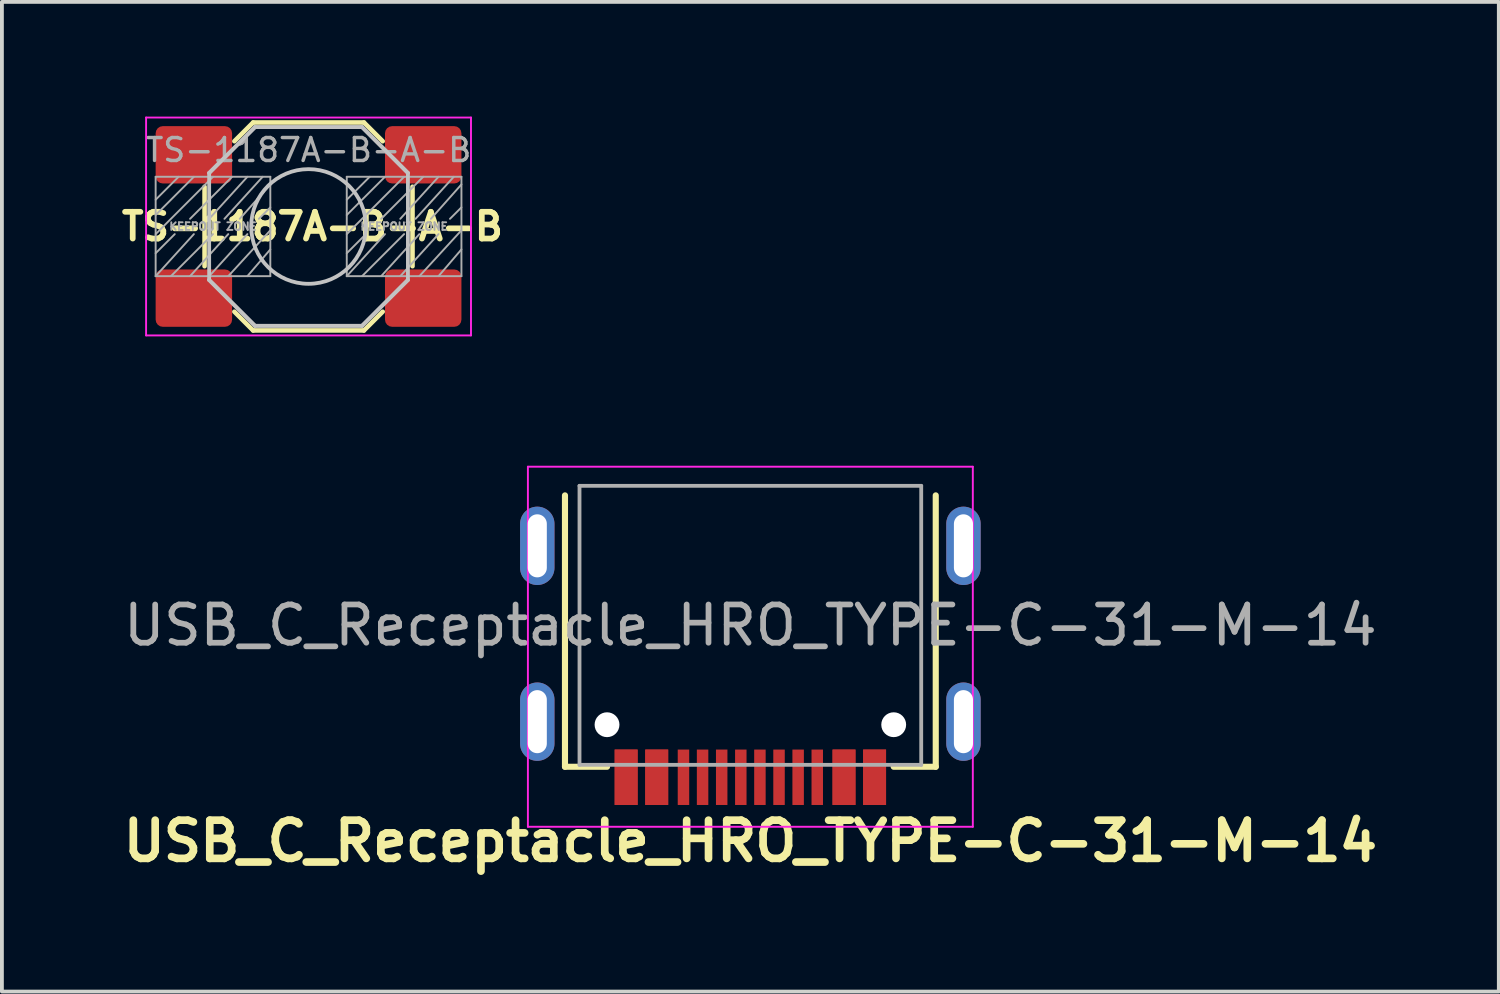
<source format=kicad_pcb>
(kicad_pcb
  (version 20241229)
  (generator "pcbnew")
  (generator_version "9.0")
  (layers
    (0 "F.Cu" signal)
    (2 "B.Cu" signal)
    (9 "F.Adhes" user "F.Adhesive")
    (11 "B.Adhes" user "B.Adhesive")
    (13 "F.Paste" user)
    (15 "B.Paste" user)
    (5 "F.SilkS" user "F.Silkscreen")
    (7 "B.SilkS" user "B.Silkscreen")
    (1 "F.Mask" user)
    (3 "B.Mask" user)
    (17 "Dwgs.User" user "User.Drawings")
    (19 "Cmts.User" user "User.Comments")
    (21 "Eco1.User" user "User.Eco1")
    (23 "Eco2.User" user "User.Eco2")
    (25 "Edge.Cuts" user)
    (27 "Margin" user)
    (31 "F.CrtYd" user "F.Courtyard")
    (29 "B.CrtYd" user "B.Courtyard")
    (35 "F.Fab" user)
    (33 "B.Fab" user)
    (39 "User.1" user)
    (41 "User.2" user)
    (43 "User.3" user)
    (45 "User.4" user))
  (footprint "TS-1187A-B-A-B"
    (layer "F.Cu")
    (at 5.022 2.875)
    (property "Reference" "TS-1187A-B-A-B" (at 0.1 0 0) (layer "F.SilkS") (effects (font (size 0.7 0.7) (thickness 0.15))))
    (attr smd)
    (fp_line (start -2.72 1.04) (end -2.72 -1.04) (stroke (width 0.12) (type solid)) (layer "F.SilkS"))
    (fp_line (start -1.45 -2.72) (end -1.94 -2.23) (stroke (width 0.12) (type solid)) (layer "F.SilkS"))
    (fp_line (start -1.45 -2.72) (end 1.45 -2.72) (stroke (width 0.12) (type solid)) (layer "F.SilkS"))
    (fp_line (start -1.45 2.72) (end -1.94 2.23) (stroke (width 0.12) (type solid)) (layer "F.SilkS"))
    (fp_line (start -1.45 2.72) (end 1.45 2.72) (stroke (width 0.12) (type solid)) (layer "F.SilkS"))
    (fp_line (start 1.45 -2.72) (end 1.94 -2.23) (stroke (width 0.12) (type solid)) (layer "F.SilkS"))
    (fp_line (start 1.45 2.72) (end 1.94 2.23) (stroke (width 0.12) (type solid)) (layer "F.SilkS"))
    (fp_line (start 2.72 1.04) (end 2.72 -1.04) (stroke (width 0.12) (type solid)) (layer "F.SilkS"))
    (fp_line (start -2.6 -1.4) (end -1.4 -2.6) (stroke (width 0.1) (type solid)) (layer "Dwgs.User"))
    (fp_line (start -2.6 1.4) (end -2.6 -1.4) (stroke (width 0.1) (type solid)) (layer "Dwgs.User"))
    (fp_line (start -1.4 -2.6) (end 1.4 -2.6) (stroke (width 0.1) (type solid)) (layer "Dwgs.User"))
    (fp_line (start -1.4 2.6) (end -2.6 1.4) (stroke (width 0.1) (type solid)) (layer "Dwgs.User"))
    (fp_line (start 1.4 -2.6) (end 2.6 -1.4) (stroke (width 0.1) (type solid)) (layer "Dwgs.User"))
    (fp_line (start 1.4 2.6) (end -1.4 2.6) (stroke (width 0.1) (type solid)) (layer "Dwgs.User"))
    (fp_line (start 2.6 -1.4) (end 2.6 1.4) (stroke (width 0.1) (type solid)) (layer "Dwgs.User"))
    (fp_line (start 2.6 1.4) (end 1.4 2.6) (stroke (width 0.1) (type solid)) (layer "Dwgs.User"))
    (fp_circle (center 0 0) (end 1.5 0) (stroke (width 0.1) (type solid)) (fill no) (layer "Dwgs.User"))
    (fp_line (start -4.25 -2.85) (end -4.25 2.85) (stroke (width 0.05) (type solid)) (layer "F.CrtYd"))
    (fp_line (start -4.25 2.85) (end 4.25 2.85) (stroke (width 0.05) (type solid)) (layer "F.CrtYd"))
    (fp_line (start 4.25 -2.85) (end -4.25 -2.85) (stroke (width 0.05) (type solid)) (layer "F.CrtYd"))
    (fp_line (start 4.25 2.85) (end 4.25 -2.85) (stroke (width 0.05) (type solid)) (layer "F.CrtYd"))
    (fp_line (start -4 -1.3) (end -1 -1.3) (stroke (width 0.05) (type solid)) (layer "F.Fab"))
    (fp_line (start -4 -0.7) (end -3.4 -1.3) (stroke (width 0.05) (type solid)) (layer "F.Fab"))
    (fp_line (start -4 -0.3) (end -3 -1.3) (stroke (width 0.05) (type solid)) (layer "F.Fab"))
    (fp_line (start -4 0.2) (end -2.5 -1.3) (stroke (width 0.05) (type solid)) (layer "F.Fab"))
    (fp_line (start -4 0.7) (end -3.5 0.2) (stroke (width 0.05) (type solid)) (layer "F.Fab"))
    (fp_line (start -4 1.3) (end -4 -1.3) (stroke (width 0.05) (type solid)) (layer "F.Fab"))
    (fp_line (start -4 1.3) (end -3 0.2) (stroke (width 0.05) (type solid)) (layer "F.Fab"))
    (fp_line (start -3.1 1.3) (end -2.1 0.2) (stroke (width 0.05) (type solid)) (layer "F.Fab"))
    (fp_line (start -2.6 -1.4) (end -1.4 -2.6) (stroke (width 0.1) (type solid)) (layer "F.Fab"))
    (fp_line (start -2.6 1.3) (end -1.6 0.2) (stroke (width 0.05) (type solid)) (layer "F.Fab"))
    (fp_line (start -2.5 0.2) (end -3.6 1.3) (stroke (width 0.05) (type solid)) (layer "F.Fab"))
    (fp_line (start -2.2 -0.2) (end -1.2 -1.3) (stroke (width 0.05) (type solid)) (layer "F.Fab"))
    (fp_line (start -2.1 1.3) (end -1 0.1) (stroke (width 0.05) (type solid)) (layer "F.Fab"))
    (fp_line (start -2 -1.3) (end -3.1 -0.2) (stroke (width 0.05) (type solid)) (layer "F.Fab"))
    (fp_line (start -1.6 -1.3) (end -2.6 -0.2) (stroke (width 0.05) (type solid)) (layer "F.Fab"))
    (fp_line (start -1.403 2.597) (end -2.603 1.397) (stroke (width 0.1) (type solid)) (layer "F.Fab"))
    (fp_line (start -1.4 -2.6) (end 1.4 -2.6) (stroke (width 0.1) (type solid)) (layer "F.Fab"))
    (fp_line (start -1 -1.3) (end -1 1.3) (stroke (width 0.05) (type solid)) (layer "F.Fab"))
    (fp_line (start -1 -1.1) (end -1.8 -0.2) (stroke (width 0.05) (type solid)) (layer "F.Fab"))
    (fp_line (start -1 -0.5) (end -1.3 -0.2) (stroke (width 0.05) (type solid)) (layer "F.Fab"))
    (fp_line (start -1 0.6) (end -1.6 1.3) (stroke (width 0.05) (type solid)) (layer "F.Fab"))
    (fp_line (start -1 1.3) (end -4 1.3) (stroke (width 0.05) (type solid)) (layer "F.Fab"))
    (fp_line (start 1 -1.3) (end 4 -1.3) (stroke (width 0.05) (type solid)) (layer "F.Fab"))
    (fp_line (start 1 -0.7) (end 1.6 -1.3) (stroke (width 0.05) (type solid)) (layer "F.Fab"))
    (fp_line (start 1 -0.3) (end 2 -1.3) (stroke (width 0.05) (type solid)) (layer "F.Fab"))
    (fp_line (start 1 0.2) (end 2.5 -1.3) (stroke (width 0.05) (type solid)) (layer "F.Fab"))
    (fp_line (start 1 0.7) (end 1.5 0.2) (stroke (width 0.05) (type solid)) (layer "F.Fab"))
    (fp_line (start 1 1.3) (end 1 -1.3) (stroke (width 0.05) (type solid)) (layer "F.Fab"))
    (fp_line (start 1 1.3) (end 2 0.2) (stroke (width 0.05) (type solid)) (layer "F.Fab"))
    (fp_line (start 1.4 -2.6) (end 2.6 -1.4) (stroke (width 0.1) (type solid)) (layer "F.Fab"))
    (fp_line (start 1.4 2.6) (end -1.4 2.6) (stroke (width 0.1) (type solid)) (layer "F.Fab"))
    (fp_line (start 1.9 1.3) (end 2.9 0.2) (stroke (width 0.05) (type solid)) (layer "F.Fab"))
    (fp_line (start 2.4 1.3) (end 3.4 0.2) (stroke (width 0.05) (type solid)) (layer "F.Fab"))
    (fp_line (start 2.5 0.2) (end 1.4 1.3) (stroke (width 0.05) (type solid)) (layer "F.Fab"))
    (fp_line (start 2.597 1.4) (end 1.397 2.6) (stroke (width 0.1) (type solid)) (layer "F.Fab"))
    (fp_line (start 2.8 -0.2) (end 3.8 -1.3) (stroke (width 0.05) (type solid)) (layer "F.Fab"))
    (fp_line (start 2.9 1.3) (end 4 0.1) (stroke (width 0.05) (type solid)) (layer "F.Fab"))
    (fp_line (start 3 -1.3) (end 1.9 -0.2) (stroke (width 0.05) (type solid)) (layer "F.Fab"))
    (fp_line (start 3.4 -1.3) (end 2.4 -0.2) (stroke (width 0.05) (type solid)) (layer "F.Fab"))
    (fp_line (start 4 -1.3) (end 4 1.3) (stroke (width 0.05) (type solid)) (layer "F.Fab"))
    (fp_line (start 4 -1.1) (end 3.2 -0.2) (stroke (width 0.05) (type solid)) (layer "F.Fab"))
    (fp_line (start 4 -0.5) (end 3.7 -0.2) (stroke (width 0.05) (type solid)) (layer "F.Fab"))
    (fp_line (start 4 0.6) (end 3.4 1.3) (stroke (width 0.05) (type solid)) (layer "F.Fab"))
    (fp_line (start 4 1.3) (end 1 1.3) (stroke (width 0.05) (type solid)) (layer "F.Fab"))
    (fp_text user "KEEPOUT ZONE" (at 2.5 0 0) (layer "F.Fab") (effects (font (size 0.2 0.2) (thickness 0.05))))
    (fp_text user "KEEPOUT ZONE" (at -2.5 0 0) (layer "F.Fab") (effects (font (size 0.2 0.2) (thickness 0.05))))
    (fp_text user "${REFERENCE}" (at 0 -2 0) (layer "F.Fab") (effects (font (size 0.6 0.6) (thickness 0.09))))
    (pad "1" smd roundrect (at -3 -1.875) (size 2 1.5) (layers "F.Cu" "F.Mask" "F.Paste") (roundrect_rratio 0.125))
    (pad "1" smd roundrect (at 3 -1.875) (size 2 1.5) (layers "F.Cu" "F.Mask" "F.Paste") (roundrect_rratio 0.125))
    (pad "2" smd roundrect (at -3 1.875) (size 2 1.5) (layers "F.Cu" "F.Mask" "F.Paste") (roundrect_rratio 0.125))
    (pad "2" smd roundrect (at 3 1.875) (size 2 1.5) (layers "F.Cu" "F.Mask" "F.Paste") (roundrect_rratio 0.125))
    (zone (net_name "") (layers "F.Cu" "F.SilkS") (hatch edge 0.5) (connect_pads) (min_thickness 0.25) (filled_areas_thickness no) (keepout (tracks allowed) (vias allowed) (pads allowed) (copperpour not_allowed) (footprints allowed)) (placement (enabled no)) (fill) (polygon (pts (xy 0.772 0.025) (xy 9.272 0.025) (xy 9.272 5.725) (xy 0.772 5.725)))))
  (footprint "USB_C_Receptacle_HRO_TYPE-C-31-M-14"
    (layer "F.Cu")
    (at 16.581 9)
    (property "Reference" "USB_C_Receptacle_HRO_TYPE-C-31-M-14" (at 0 9.955 180) (layer "F.SilkS") (effects (font (size 1 1) (thickness 0.2))))
    (attr smd)
    (fp_line (start -4.85 8.01) (end -4.85 0.91) (stroke (width 0.16) (type solid)) (layer "F.SilkS"))
    (fp_line (start -4.85 8.01) (end -3.75 8.01) (stroke (width 0.16) (type solid)) (layer "F.SilkS"))
    (fp_line (start 4.85 8.01) (end 3.75 8.01) (stroke (width 0.16) (type solid)) (layer "F.SilkS"))
    (fp_line (start 4.85 8.01) (end 4.85 0.91) (stroke (width 0.16) (type solid)) (layer "F.SilkS"))
    (fp_line (start -6 0.48) (end -4.55 0.48) (stroke (width 0.05) (type solid)) (layer "Eco1.User"))
    (fp_line (start -4.55 0.48) (end -4.55 5.96) (stroke (width 0.05) (type solid)) (layer "Eco1.User"))
    (fp_line (start -4.55 5.96) (end -3.15 5.96) (stroke (width 0.05) (type solid)) (layer "Eco1.User"))
    (fp_line (start -3.15 6.56) (end -3.15 5.96) (stroke (width 0.05) (type solid)) (layer "Eco1.User"))
    (fp_line (start 3.15 5.96) (end 3.15 6.56) (stroke (width 0.05) (type solid)) (layer "Eco1.User"))
    (fp_line (start 3.15 6.56) (end -3.15 6.56) (stroke (width 0.05) (type solid)) (layer "Eco1.User"))
    (fp_line (start 4.55 0.48) (end 6 0.48) (stroke (width 0.05) (type solid)) (layer "Eco1.User"))
    (fp_line (start 4.55 5.96) (end 3.15 5.96) (stroke (width 0.05) (type solid)) (layer "Eco1.User"))
    (fp_line (start 4.55 5.96) (end 4.55 0.48) (stroke (width 0.05) (type solid)) (layer "Eco1.User"))
    (fp_line (start -5.82 9.58) (end -5.82 0.16) (stroke (width 0.05) (type solid)) (layer "F.CrtYd"))
    (fp_line (start 5.82 0.16) (end -5.82 0.16) (stroke (width 0.05) (type solid)) (layer "F.CrtYd"))
    (fp_line (start 5.82 9.58) (end -5.82 9.58) (stroke (width 0.05) (type solid)) (layer "F.CrtYd"))
    (fp_line (start 5.82 9.58) (end 5.82 0.16) (stroke (width 0.05) (type solid)) (layer "F.CrtYd"))
    (fp_line (start -4.47 7.96) (end -4.47 0.66) (stroke (width 0.1) (type solid)) (layer "F.Fab"))
    (fp_line (start 4.47 0.66) (end -4.47 0.66) (stroke (width 0.1) (type solid)) (layer "F.Fab"))
    (fp_line (start 4.47 7.96) (end -4.47 7.96) (stroke (width 0.1) (type solid)) (layer "F.Fab"))
    (fp_line (start 4.47 7.96) (end 4.47 0.66) (stroke (width 0.1) (type solid)) (layer "F.Fab"))
    (fp_text user "${REFERENCE}" (at 0 4.31 180) (layer "F.Fab") (effects (font (size 1 1) (thickness 0.15))))
    (pad "" np_thru_hole circle (at -3.75 6.91 180) (size 0.65 0.65) (drill 0.65) (layers "*.Cu" "*.Mask"))
    (pad "" np_thru_hole circle (at 3.75 6.91 180) (size 0.65 0.65) (drill 0.65) (layers "*.Cu" "*.Mask"))
    (pad "A1" smd rect (at 3.25 8.285 180) (size 0.6 1.45) (layers "F.Cu" "F.Mask" "F.Paste"))
    (pad "A4" smd rect (at 2.45 8.285 180) (size 0.6 1.45) (layers "F.Cu" "F.Mask" "F.Paste"))
    (pad "A5" smd rect (at 1.25 8.285 180) (size 0.3 1.45) (layers "F.Cu" "F.Mask" "F.Paste"))
    (pad "A6" smd rect (at 0.25 8.285 180) (size 0.3 1.45) (layers "F.Cu" "F.Mask" "F.Paste"))
    (pad "A7" smd rect (at -0.25 8.285 180) (size 0.3 1.45) (layers "F.Cu" "F.Mask" "F.Paste"))
    (pad "A8" smd rect (at -1.25 8.285 180) (size 0.3 1.45) (layers "F.Cu" "F.Mask" "F.Paste"))
    (pad "A9" smd rect (at -2.45 8.285 180) (size 0.6 1.45) (layers "F.Cu" "F.Mask" "F.Paste"))
    (pad "A12" smd rect (at -3.25 8.285 180) (size 0.6 1.45) (layers "F.Cu" "F.Mask" "F.Paste"))
    (pad "B1" smd rect (at -3.25 8.285 180) (size 0.6 1.45) (layers "F.Cu" "F.Mask" "F.Paste"))
    (pad "B4" smd rect (at -2.45 8.285 180) (size 0.6 1.45) (layers "F.Cu" "F.Mask" "F.Paste"))
    (pad "B5" smd rect (at -1.75 8.285 180) (size 0.3 1.45) (layers "F.Cu" "F.Mask" "F.Paste"))
    (pad "B6" smd rect (at -0.75 8.285 180) (size 0.3 1.45) (layers "F.Cu" "F.Mask" "F.Paste"))
    (pad "B7" smd rect (at 0.75 8.285 180) (size 0.3 1.45) (layers "F.Cu" "F.Mask" "F.Paste"))
    (pad "B8" smd rect (at 1.75 8.285 180) (size 0.3 1.45) (layers "F.Cu" "F.Mask" "F.Paste"))
    (pad "B9" smd rect (at 2.45 8.285 180) (size 0.6 1.45) (layers "F.Cu" "F.Mask" "F.Paste"))
    (pad "B12" smd rect (at 3.25 8.285 180) (size 0.6 1.45) (layers "F.Cu" "F.Mask" "F.Paste"))
    (pad "S1" thru_hole oval (at -5.575 2.23 180) (size 0.9 2.05) (drill oval 0.5 1.65) (layers "*.Cu" "*.Mask"))
    (pad "S1" thru_hole oval (at -5.575 6.83 180) (size 0.9 2.05) (drill oval 0.5 1.65) (layers "*.Cu" "*.Mask"))
    (pad "S1" thru_hole oval (at 5.575 2.23 180) (size 0.9 2.05) (drill oval 0.5 1.65) (layers "*.Cu" "*.Mask"))
    (pad "S1" thru_hole oval (at 5.575 6.83 180) (size 0.9 2.05) (drill oval 0.5 1.65) (layers "*.Cu" "*.Mask")))
  (gr_rect
    (start -3 -3)
    (end 36.162 22.891)
    (stroke (width 0.1) (type default))
    (fill no)
    (layer "Edge.Cuts")))
</source>
